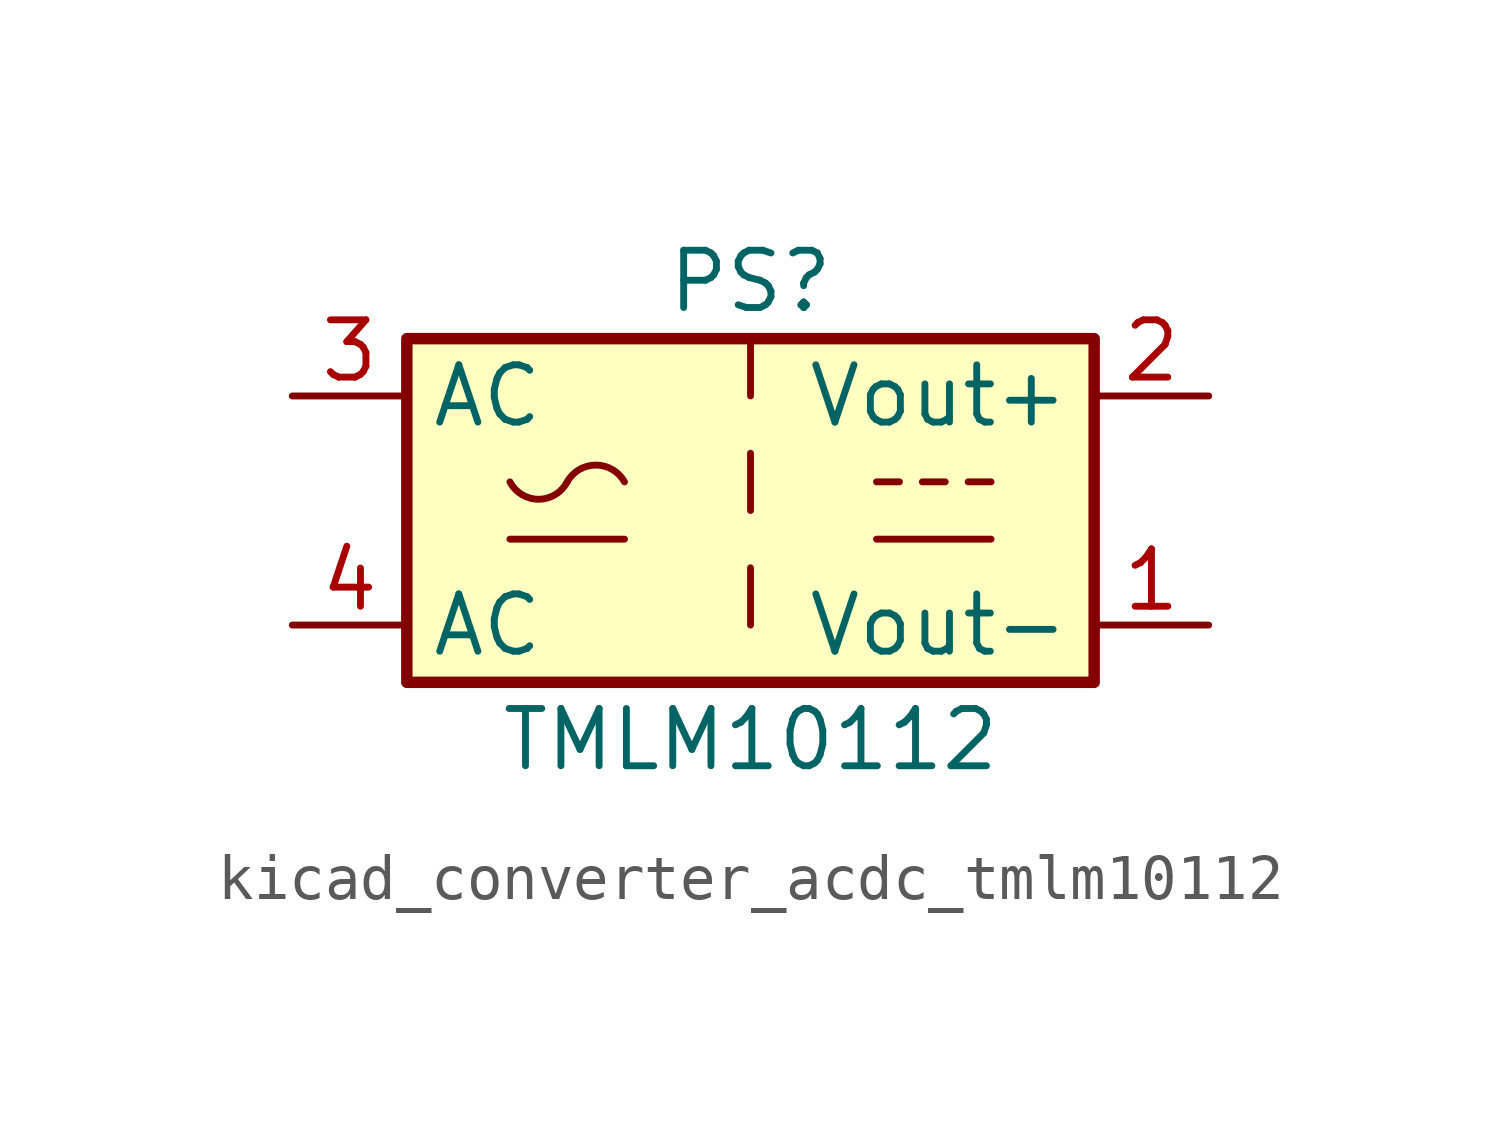
<source format=kicad_sym>
(kicad_symbol_lib
  (version 20220914)
  (generator kicad_symbol_editor)
  (symbol "kicad_converter_acdc_tmlm10112"
    (property "Reference" "PS"
      (at 0 5.08 0)
      (effects (font (size 1.27 1.27))))
    (property "Value" "TMLM10112"
      (at 0 -5.08 0)
      (effects (font (size 1.27 1.27))))
    (symbol "kicad_converter_acdc_tmlm10112_0_1"
      (rectangle (start -7.62 3.81) (end 7.62 -3.81) (stroke (width 0.254) (type default)) (fill (type background)))
      (arc (start -5.334 0.635) (mid -4.699 0.2495) (end -4.064 0.635) (stroke (width 0) (type default)) (fill (type none)))
      (arc (start -2.794 0.635) (mid -3.429 1.0072) (end -4.064 0.635) (stroke (width 0) (type default)) (fill (type none)))
      (polyline (pts (xy -5.334 -0.635) (xy -2.794 -0.635)) (stroke (width 0) (type default)) (fill (type none)))
      (polyline (pts (xy 2.794 -0.635) (xy 5.334 -0.635)) (stroke (width 0) (type default)) (fill (type none)))
      (polyline (pts (xy 2.794 0.635) (xy 3.302 0.635)) (stroke (width 0) (type default)) (fill (type none)))
      (polyline (pts (xy 3.81 0.635) (xy 4.318 0.635)) (stroke (width 0) (type default)) (fill (type none)))
      (polyline (pts (xy 4.826 0.635) (xy 5.334 0.635)) (stroke (width 0) (type default)) (fill (type none))))
    (symbol "kicad_converter_acdc_tmlm10112_1_1"
      (polyline (pts (xy 0 -1.27) (xy 0 -2.54)) (stroke (width 0) (type default)) (fill (type none)))
      (polyline (pts (xy 0 1.27) (xy 0 0)) (stroke (width 0) (type default)) (fill (type none)))
      (polyline (pts (xy 0 3.81) (xy 0 2.54)) (stroke (width 0) (type default)) (fill (type none)))
      (pin power_out line (at 10.16 -2.54 180) (length 2.54) (name "Vout-" (effects (font (size 1.27 1.27)))) (number "1" (effects (font (size 1.27 1.27)))))
      (pin power_out line (at 10.16 2.54 180) (length 2.54) (name "Vout+" (effects (font (size 1.27 1.27)))) (number "2" (effects (font (size 1.27 1.27)))))
      (pin power_in line (at -10.16 2.54 0) (length 2.54) (name "AC" (effects (font (size 1.27 1.27)))) (number "3" (effects (font (size 1.27 1.27)))))
      (pin power_in line (at -10.16 -2.54 0) (length 2.54) (name "AC" (effects (font (size 1.27 1.27)))) (number "4" (effects (font (size 1.27 1.27))))))))
</source>
